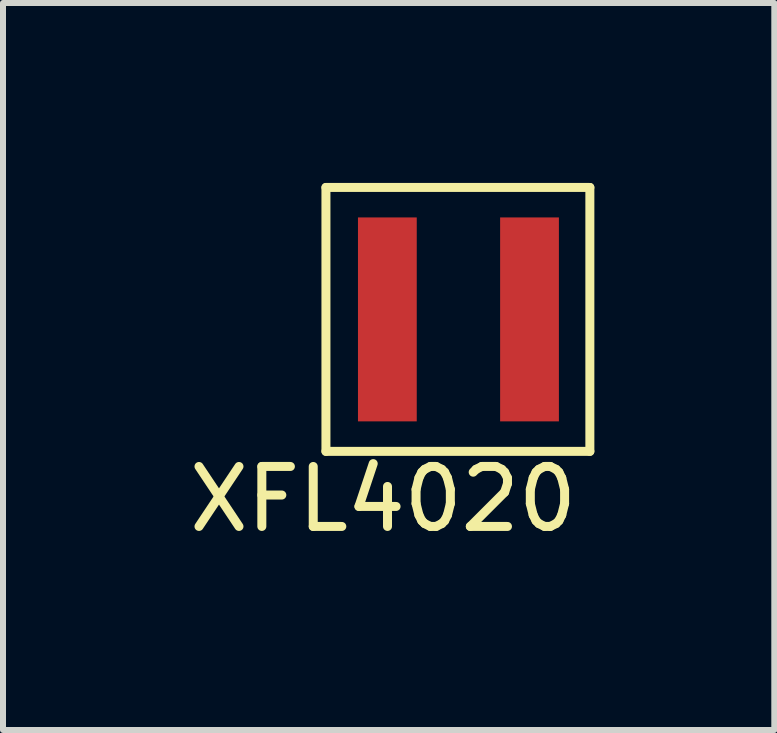
<source format=kicad_pcb>
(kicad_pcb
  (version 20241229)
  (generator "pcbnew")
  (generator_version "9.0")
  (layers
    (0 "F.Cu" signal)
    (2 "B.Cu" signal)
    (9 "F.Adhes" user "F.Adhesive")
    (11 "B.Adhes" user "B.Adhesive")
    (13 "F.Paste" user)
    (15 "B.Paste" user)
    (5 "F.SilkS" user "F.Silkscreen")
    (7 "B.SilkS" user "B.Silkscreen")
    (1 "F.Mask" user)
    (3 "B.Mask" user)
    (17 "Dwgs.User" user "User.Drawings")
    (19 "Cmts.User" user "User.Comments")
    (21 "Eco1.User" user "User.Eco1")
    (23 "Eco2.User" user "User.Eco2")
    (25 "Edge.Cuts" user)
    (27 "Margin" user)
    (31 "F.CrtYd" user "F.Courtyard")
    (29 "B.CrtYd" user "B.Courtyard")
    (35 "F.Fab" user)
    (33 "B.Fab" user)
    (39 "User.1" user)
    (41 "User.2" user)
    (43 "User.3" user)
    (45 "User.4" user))
  (footprint "XFL4020"
    (layer "F.Cu")
    (at 4.584 2.275)
    (property "Reference" "XFL4020" (at -1.245 2.997 0) (layer "F.SilkS") (effects (font (size 1 1) (thickness 0.15))))
    (attr through_hole)
    (fp_line (start -2.2 -2.2) (end 2.2 -2.2) (stroke (width 0.15) (type solid)) (layer "F.SilkS"))
    (fp_line (start -2.2 2.2) (end -2.2 -2.2) (stroke (width 0.15) (type solid)) (layer "F.SilkS"))
    (fp_line (start 2.2 -2.2) (end 2.2 2.2) (stroke (width 0.15) (type solid)) (layer "F.SilkS"))
    (fp_line (start 2.2 2.2) (end -2.2 2.2) (stroke (width 0.15) (type solid)) (layer "F.SilkS"))
    (pad "1" smd rect (at -1.176 0) (size 0.98 3.4) (layers "F.Cu" "F.Mask" "F.Paste"))
    (pad "2" smd rect (at 1.194 0) (size 0.98 3.4) (layers "F.Cu" "F.Mask" "F.Paste")))
  (gr_rect
    (start -3 -3)
    (end 9.859 9.12)
    (stroke (width 0.1) (type default))
    (fill no)
    (layer "Edge.Cuts")))
</source>
